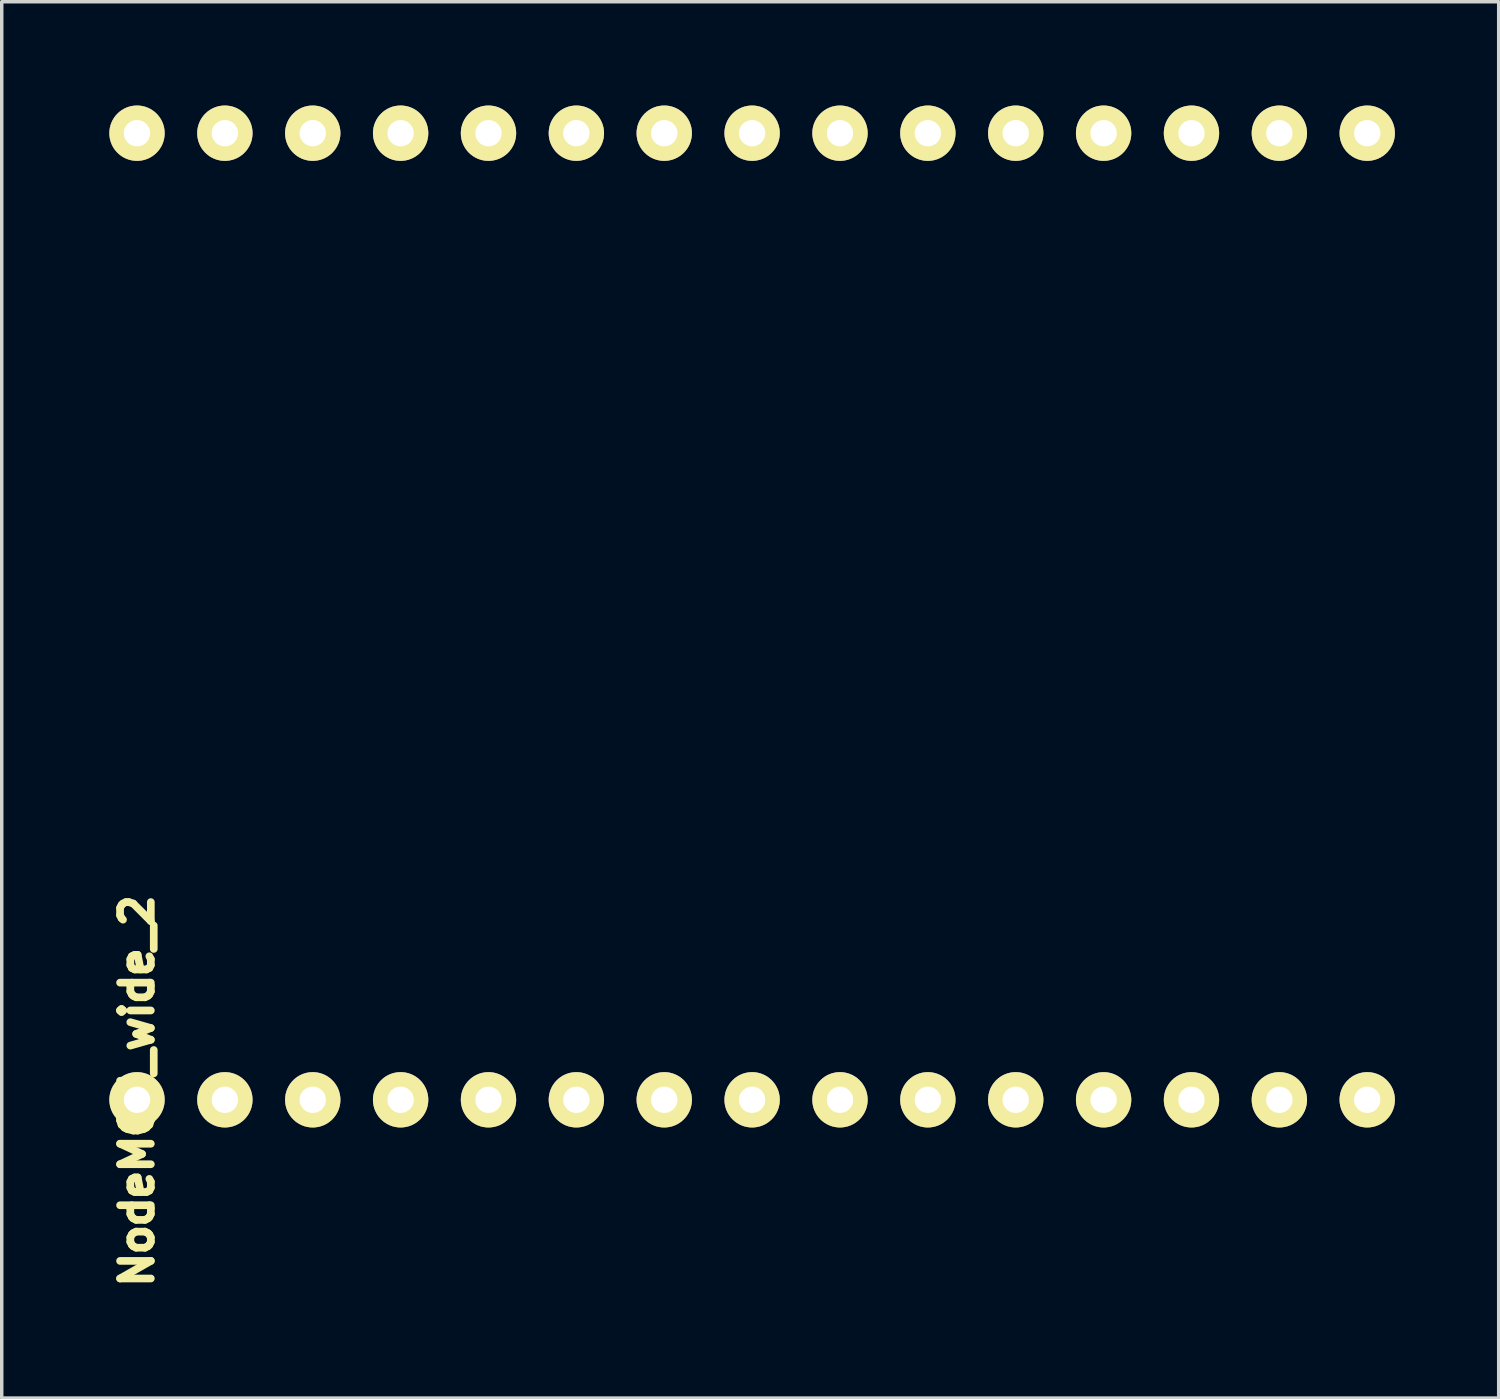
<source format=kicad_pcb>
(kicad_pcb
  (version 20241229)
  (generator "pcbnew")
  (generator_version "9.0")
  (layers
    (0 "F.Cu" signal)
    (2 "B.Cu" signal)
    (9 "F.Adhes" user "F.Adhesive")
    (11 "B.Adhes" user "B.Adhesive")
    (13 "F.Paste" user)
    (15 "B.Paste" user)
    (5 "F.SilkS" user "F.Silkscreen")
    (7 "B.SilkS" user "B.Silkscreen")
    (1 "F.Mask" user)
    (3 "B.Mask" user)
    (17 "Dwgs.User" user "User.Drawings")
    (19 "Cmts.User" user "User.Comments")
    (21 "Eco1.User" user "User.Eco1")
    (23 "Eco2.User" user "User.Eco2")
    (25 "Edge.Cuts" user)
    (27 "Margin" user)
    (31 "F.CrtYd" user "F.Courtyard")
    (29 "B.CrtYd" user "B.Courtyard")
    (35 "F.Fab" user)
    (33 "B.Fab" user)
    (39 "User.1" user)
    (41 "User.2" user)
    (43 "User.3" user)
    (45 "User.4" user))
  (footprint "NodeMCU_wide_2"
    (layer "F.Cu")
    (at 0.91 28.74)
    (property "Reference" "NodeMCU_wide_2" (at 0 -0.254 270) (layer "F.SilkS") (effects (font (size 0.889 0.889) (thickness 0.305))))
    (attr through_hole)
    (fp_line (start 0 0) (end 0 0) (stroke (width 0.305) (type solid)) (layer "F.SilkS"))
    (fp_line (start 0 0) (end 0 0) (stroke (width 0.305) (type solid)) (layer "F.SilkS"))
    (fp_line (start 0 0) (end 0 0) (stroke (width 0.305) (type solid)) (layer "F.SilkS"))
    (fp_line (start 0 0) (end 0 0) (stroke (width 0.305) (type solid)) (layer "F.SilkS"))
    (pad "1" thru_hole circle (at 0 0) (size 1.6 1.6) (drill 0.762) (layers "*.Cu" "*.Mask" "F.SilkS"))
    (pad "2" thru_hole circle (at 2.54 0) (size 1.6 1.6) (drill 0.762) (layers "*.Cu" "*.Mask" "F.SilkS"))
    (pad "3" thru_hole circle (at 5.08 0) (size 1.6 1.6) (drill 0.762) (layers "*.Cu" "*.Mask" "F.SilkS"))
    (pad "4" thru_hole circle (at 7.62 0) (size 1.6 1.6) (drill 0.762) (layers "*.Cu" "*.Mask" "F.SilkS"))
    (pad "5" thru_hole circle (at 10.16 0) (size 1.6 1.6) (drill 0.762) (layers "*.Cu" "*.Mask" "F.SilkS"))
    (pad "6" thru_hole circle (at 12.7 0) (size 1.6 1.6) (drill 0.762) (layers "*.Cu" "*.Mask" "F.SilkS"))
    (pad "7" thru_hole circle (at 15.24 0) (size 1.6 1.6) (drill 0.762) (layers "*.Cu" "*.Mask" "F.SilkS"))
    (pad "8" thru_hole circle (at 17.78 0) (size 1.6 1.6) (drill 0.762) (layers "*.Cu" "*.Mask" "F.SilkS"))
    (pad "9" thru_hole circle (at 20.32 0) (size 1.6 1.6) (drill 0.762) (layers "*.Cu" "*.Mask" "F.SilkS"))
    (pad "10" thru_hole circle (at 22.86 0) (size 1.6 1.6) (drill 0.762) (layers "*.Cu" "*.Mask" "F.SilkS"))
    (pad "11" thru_hole circle (at 25.4 0) (size 1.6 1.6) (drill 0.762) (layers "*.Cu" "*.Mask" "F.SilkS"))
    (pad "12" thru_hole circle (at 27.94 0) (size 1.6 1.6) (drill 0.762) (layers "*.Cu" "*.Mask" "F.SilkS"))
    (pad "13" thru_hole circle (at 30.48 0) (size 1.6 1.6) (drill 0.762) (layers "*.Cu" "*.Mask" "F.SilkS"))
    (pad "14" thru_hole circle (at 33.02 0) (size 1.6 1.6) (drill 0.762) (layers "*.Cu" "*.Mask" "F.SilkS"))
    (pad "15" thru_hole circle (at 35.56 0) (size 1.6 1.6) (drill 0.762) (layers "*.Cu" "*.Mask" "F.SilkS"))
    (pad "16" thru_hole circle (at 35.56 -27.94 180) (size 1.6 1.6) (drill 0.762) (layers "*.Cu" "*.Mask" "F.SilkS"))
    (pad "17" thru_hole circle (at 33.02 -27.94 180) (size 1.6 1.6) (drill 0.762) (layers "*.Cu" "*.Mask" "F.SilkS"))
    (pad "18" thru_hole circle (at 30.48 -27.94 180) (size 1.6 1.6) (drill 0.762) (layers "*.Cu" "*.Mask" "F.SilkS"))
    (pad "19" thru_hole circle (at 27.94 -27.94 180) (size 1.6 1.6) (drill 0.762) (layers "*.Cu" "*.Mask" "F.SilkS"))
    (pad "20" thru_hole circle (at 25.4 -27.94 180) (size 1.6 1.6) (drill 0.762) (layers "*.Cu" "*.Mask" "F.SilkS"))
    (pad "21" thru_hole circle (at 22.86 -27.94 180) (size 1.6 1.6) (drill 0.762) (layers "*.Cu" "*.Mask" "F.SilkS"))
    (pad "22" thru_hole circle (at 20.32 -27.94 180) (size 1.6 1.6) (drill 0.762) (layers "*.Cu" "*.Mask" "F.SilkS"))
    (pad "23" thru_hole circle (at 17.78 -27.94 180) (size 1.6 1.6) (drill 0.762) (layers "*.Cu" "*.Mask" "F.SilkS"))
    (pad "24" thru_hole circle (at 15.24 -27.94 180) (size 1.6 1.6) (drill 0.762) (layers "*.Cu" "*.Mask" "F.SilkS"))
    (pad "25" thru_hole circle (at 12.7 -27.94 180) (size 1.6 1.6) (drill 0.762) (layers "*.Cu" "*.Mask" "F.SilkS"))
    (pad "26" thru_hole circle (at 10.16 -27.94 180) (size 1.6 1.6) (drill 0.762) (layers "*.Cu" "*.Mask" "F.SilkS"))
    (pad "27" thru_hole circle (at 7.62 -27.94 180) (size 1.6 1.6) (drill 0.762) (layers "*.Cu" "*.Mask" "F.SilkS"))
    (pad "28" thru_hole circle (at 5.08 -27.94 180) (size 1.6 1.6) (drill 0.762) (layers "*.Cu" "*.Mask" "F.SilkS"))
    (pad "29" thru_hole circle (at 2.54 -27.94 180) (size 1.6 1.6) (drill 0.762) (layers "*.Cu" "*.Mask" "F.SilkS"))
    (pad "30" thru_hole circle (at 0 -27.94 180) (size 1.6 1.6) (drill 0.762) (layers "*.Cu" "*.Mask" "F.SilkS")))
  (gr_rect
    (start -3 -3)
    (end 40.27 37.361)
    (stroke (width 0.1) (type default))
    (fill no)
    (layer "Edge.Cuts")))
</source>
